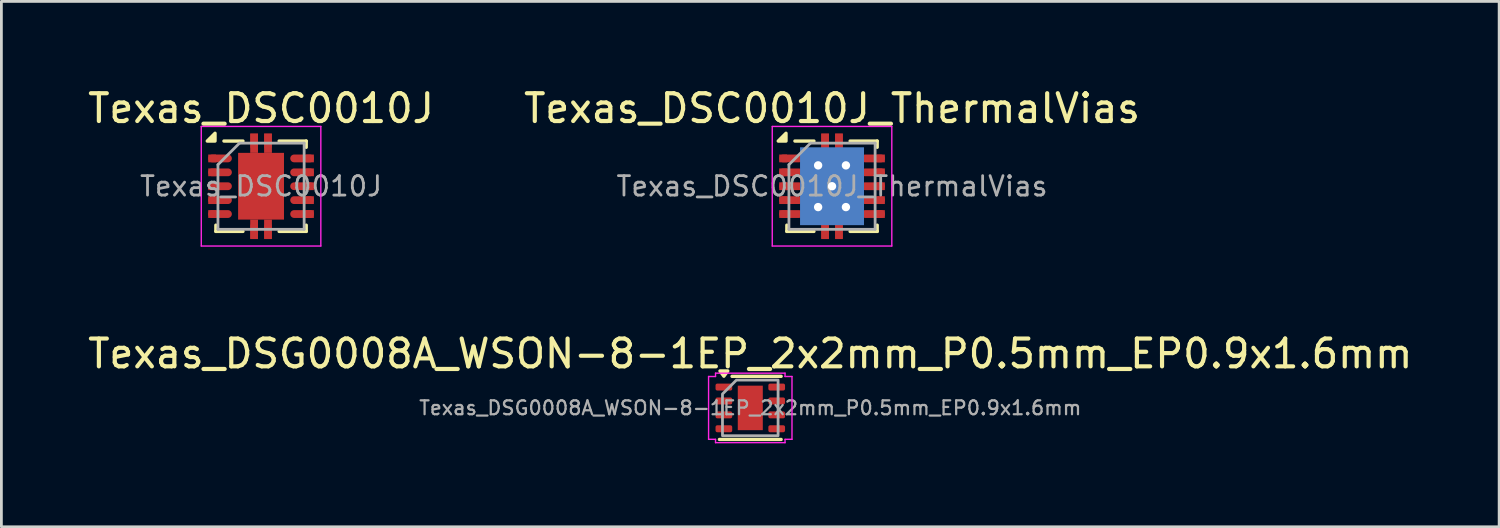
<source format=kicad_pcb>
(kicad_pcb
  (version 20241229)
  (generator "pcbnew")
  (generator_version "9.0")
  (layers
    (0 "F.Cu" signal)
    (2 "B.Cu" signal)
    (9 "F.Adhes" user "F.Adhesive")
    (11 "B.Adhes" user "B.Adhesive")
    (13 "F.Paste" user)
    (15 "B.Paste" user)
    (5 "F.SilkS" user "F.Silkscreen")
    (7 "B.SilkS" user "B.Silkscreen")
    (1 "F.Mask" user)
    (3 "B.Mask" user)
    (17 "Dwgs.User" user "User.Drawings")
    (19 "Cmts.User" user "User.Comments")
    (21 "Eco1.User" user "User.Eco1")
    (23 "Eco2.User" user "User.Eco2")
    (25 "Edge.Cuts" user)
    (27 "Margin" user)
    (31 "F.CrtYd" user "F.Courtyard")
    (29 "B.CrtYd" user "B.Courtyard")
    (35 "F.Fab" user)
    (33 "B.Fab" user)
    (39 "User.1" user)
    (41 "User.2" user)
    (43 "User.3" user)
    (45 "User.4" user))
  (footprint "Texas_DSC0010J"
    (layer "F.Cu")
    (at 6.339 3.648)
    (property "Reference" "Texas_DSC0010J" (at 0 -2.8 0) (layer "F.SilkS") (effects (font (size 1 1) (thickness 0.15))))
    (attr smd)
    (fp_line (start -1.625 1.625) (end -1.625 1.4) (stroke (width 0.12) (type solid)) (layer "F.SilkS"))
    (fp_line (start -1.625 1.625) (end -0.65 1.625) (stroke (width 0.12) (type solid)) (layer "F.SilkS"))
    (fp_line (start -1.335 -1.625) (end -0.65 -1.625) (stroke (width 0.12) (type solid)) (layer "F.SilkS"))
    (fp_line (start 0.65 -1.625) (end 1.625 -1.625) (stroke (width 0.12) (type solid)) (layer "F.SilkS"))
    (fp_line (start 0.65 1.625) (end 1.625 1.625) (stroke (width 0.12) (type solid)) (layer "F.SilkS"))
    (fp_line (start 1.625 -1.4) (end 1.625 -1.625) (stroke (width 0.12) (type solid)) (layer "F.SilkS"))
    (fp_line (start 1.625 1.4) (end 1.625 1.625) (stroke (width 0.12) (type solid)) (layer "F.SilkS"))
    (fp_poly (pts (xy -1.655 -1.625) (xy -1.935 -1.625) (xy -1.655 -1.905) (xy -1.655 -1.625)) (stroke (width 0.12) (type solid)) (fill yes) (layer "F.SilkS"))
    (fp_line (start -2.15 -2.15) (end -2.15 2.15) (stroke (width 0.05) (type solid)) (layer "F.CrtYd"))
    (fp_line (start -2.15 -2.15) (end 2.15 -2.15) (stroke (width 0.05) (type solid)) (layer "F.CrtYd"))
    (fp_line (start -2.15 2.15) (end 2.15 2.15) (stroke (width 0.05) (type solid)) (layer "F.CrtYd"))
    (fp_line (start 2.15 -2.15) (end 2.15 2.15) (stroke (width 0.05) (type solid)) (layer "F.CrtYd"))
    (fp_line (start -1.55 1.55) (end -1.55 -0.775) (stroke (width 0.1) (type solid)) (layer "F.Fab"))
    (fp_line (start -0.775 -1.55) (end -1.55 -0.775) (stroke (width 0.1) (type solid)) (layer "F.Fab"))
    (fp_line (start -0.775 -1.55) (end 1.55 -1.55) (stroke (width 0.1) (type solid)) (layer "F.Fab"))
    (fp_line (start 1.55 -1.55) (end 1.55 1.55) (stroke (width 0.1) (type solid)) (layer "F.Fab"))
    (fp_line (start 1.55 1.55) (end -1.55 1.55) (stroke (width 0.1) (type solid)) (layer "F.Fab"))
    (fp_text user "${REFERENCE}" (at 0 0 0) (layer "F.Fab") (effects (font (size 0.7 0.7) (thickness 0.1))))
    (pad "1" smd rect (at -1.76 -1) (size 0.28 0.28) (layers "F.Cu" "F.Mask" "F.Paste"))
    (pad "1" smd oval (at -1.475 -1) (size 0.85 0.28) (layers "F.Cu" "F.Mask" "F.Paste"))
    (pad "2" smd rect (at -1.76 -0.5) (size 0.28 0.28) (layers "F.Cu" "F.Mask" "F.Paste"))
    (pad "2" smd oval (at -1.475 -0.5) (size 0.85 0.28) (layers "F.Cu" "F.Mask" "F.Paste"))
    (pad "3" smd rect (at -1.76 0) (size 0.28 0.28) (layers "F.Cu" "F.Mask" "F.Paste"))
    (pad "3" smd oval (at -1.475 0) (size 0.85 0.28) (layers "F.Cu" "F.Mask" "F.Paste"))
    (pad "4" smd rect (at -1.76 0.5) (size 0.28 0.28) (layers "F.Cu" "F.Mask" "F.Paste"))
    (pad "4" smd oval (at -1.475 0.5) (size 0.85 0.28) (layers "F.Cu" "F.Mask" "F.Paste"))
    (pad "5" smd rect (at -1.76 1) (size 0.28 0.28) (layers "F.Cu" "F.Mask" "F.Paste"))
    (pad "5" smd oval (at -1.475 1) (size 0.85 0.28) (layers "F.Cu" "F.Mask" "F.Paste"))
    (pad "6" smd oval (at 1.475 1) (size 0.85 0.28) (layers "F.Cu" "F.Mask" "F.Paste"))
    (pad "6" smd rect (at 1.76 1) (size 0.28 0.28) (layers "F.Cu" "F.Mask" "F.Paste"))
    (pad "7" smd oval (at 1.475 0.5) (size 0.85 0.28) (layers "F.Cu" "F.Mask" "F.Paste"))
    (pad "7" smd rect (at 1.76 0.5) (size 0.28 0.28) (layers "F.Cu" "F.Mask" "F.Paste"))
    (pad "8" smd oval (at 1.475 0) (size 0.85 0.28) (layers "F.Cu" "F.Mask" "F.Paste"))
    (pad "8" smd rect (at 1.76 0) (size 0.28 0.28) (layers "F.Cu" "F.Mask" "F.Paste"))
    (pad "9" smd oval (at 1.475 -0.5) (size 0.85 0.28) (layers "F.Cu" "F.Mask" "F.Paste"))
    (pad "9" smd rect (at 1.76 -0.5) (size 0.28 0.28) (layers "F.Cu" "F.Mask" "F.Paste"))
    (pad "10" smd oval (at 1.475 -1) (size 0.85 0.28) (layers "F.Cu" "F.Mask" "F.Paste"))
    (pad "10" smd rect (at 1.76 -1) (size 0.28 0.28) (layers "F.Cu" "F.Mask" "F.Paste"))
    (pad "11" smd rect (at -0.45 -0.635) (size 0.68 1.05) (layers "F.Cu" "F.Mask" "F.Paste"))
    (pad "11" smd rect (at -0.45 0.635) (size 0.68 1.05) (layers "F.Cu" "F.Mask" "F.Paste"))
    (pad "11" smd rect (at -0.25 -1.63) (size 0.26 0.5) (layers "F.Cu" "F.Mask" "F.Paste"))
    (pad "11" smd rect (at -0.25 -1.55) (size 0.28 0.7) (layers "F.Cu" "F.Mask"))
    (pad "11" smd rect (at -0.25 1.55) (size 0.28 0.7) (layers "F.Cu" "F.Mask"))
    (pad "11" smd rect (at -0.25 1.63) (size 0.26 0.5) (layers "F.Cu" "F.Mask" "F.Paste"))
    (pad "11" smd rect (at 0 0) (size 1.65 2.4) (layers "F.Cu" "F.Mask"))
    (pad "11" smd rect (at 0.25 -1.63) (size 0.26 0.5) (layers "F.Cu" "F.Mask" "F.Paste"))
    (pad "11" smd rect (at 0.25 -1.55) (size 0.28 0.7) (layers "F.Cu" "F.Mask"))
    (pad "11" smd rect (at 0.25 1.55) (size 0.28 0.7) (layers "F.Cu" "F.Mask"))
    (pad "11" smd rect (at 0.25 1.63) (size 0.26 0.5) (layers "F.Cu" "F.Mask" "F.Paste"))
    (pad "11" smd rect (at 0.45 -0.635) (size 0.68 1.05) (layers "F.Cu" "F.Mask" "F.Paste"))
    (pad "11" smd rect (at 0.45 0.635) (size 0.68 1.05) (layers "F.Cu" "F.Mask" "F.Paste")))
  (footprint "Texas_DSG0008A_WSON-8-1EP_2x2mm_P0.5mm_EP0.9x1.6mm"
    (layer "F.Cu")
    (at 23.935 11.621)
    (property "Reference" "Texas_DSG0008A_WSON-8-1EP_2x2mm_P0.5mm_EP0.9x1.6mm" (at 0 -1.95 0) (layer "F.SilkS") (effects (font (size 1 1) (thickness 0.15))))
    (attr smd)
    (fp_line (start -0.656 -1.135) (end 1.11 -1.135) (stroke (width 0.12) (type solid)) (layer "F.SilkS"))
    (fp_line (start 1.11 1.135) (end -1.11 1.135) (stroke (width 0.12) (type solid)) (layer "F.SilkS"))
    (fp_poly (pts (xy -0.95 -1.14) (xy -1.09 -1.33) (xy -0.81 -1.33)) (stroke (width 0.12) (type solid)) (fill yes) (layer "F.SilkS"))
    (fp_line (start -1.5 -1.13) (end -1.25 -1.13) (stroke (width 0.05) (type solid)) (layer "F.CrtYd"))
    (fp_line (start -1.5 1.13) (end -1.5 -1.13) (stroke (width 0.05) (type solid)) (layer "F.CrtYd"))
    (fp_line (start -1.25 -1.25) (end 1.25 -1.25) (stroke (width 0.05) (type solid)) (layer "F.CrtYd"))
    (fp_line (start -1.25 -1.13) (end -1.25 -1.25) (stroke (width 0.05) (type solid)) (layer "F.CrtYd"))
    (fp_line (start -1.25 1.13) (end -1.5 1.13) (stroke (width 0.05) (type solid)) (layer "F.CrtYd"))
    (fp_line (start -1.25 1.25) (end -1.25 1.13) (stroke (width 0.05) (type solid)) (layer "F.CrtYd"))
    (fp_line (start 1.25 -1.25) (end 1.25 -1.13) (stroke (width 0.05) (type solid)) (layer "F.CrtYd"))
    (fp_line (start 1.25 -1.13) (end 1.5 -1.13) (stroke (width 0.05) (type solid)) (layer "F.CrtYd"))
    (fp_line (start 1.25 1.13) (end 1.25 1.25) (stroke (width 0.05) (type solid)) (layer "F.CrtYd"))
    (fp_line (start 1.25 1.25) (end -1.25 1.25) (stroke (width 0.05) (type solid)) (layer "F.CrtYd"))
    (fp_line (start 1.5 -1.13) (end 1.5 1.13) (stroke (width 0.05) (type solid)) (layer "F.CrtYd"))
    (fp_line (start 1.5 1.13) (end 1.25 1.13) (stroke (width 0.05) (type solid)) (layer "F.CrtYd"))
    (fp_poly (pts (xy -1 -0.5) (xy -1 1) (xy 1 1) (xy 1 -1) (xy -0.5 -1)) (stroke (width 0.1) (type solid)) (fill no) (layer "F.Fab"))
    (fp_text user "${REFERENCE}" (at 0 0 0) (layer "F.Fab") (effects (font (size 0.5 0.5) (thickness 0.08))))
    (pad "" smd roundrect (at 0 -0.4) (size 0.73 0.64) (layers "F.Paste") (roundrect_rratio 0.25))
    (pad "" smd roundrect (at 0 0.4) (size 0.73 0.64) (layers "F.Paste") (roundrect_rratio 0.25))
    (pad "1" smd roundrect (at -0.95 -0.75) (size 0.6 0.25) (layers "F.Cu" "F.Mask" "F.Paste") (roundrect_rratio 0.25))
    (pad "2" smd roundrect (at -0.95 -0.25) (size 0.6 0.25) (layers "F.Cu" "F.Mask" "F.Paste") (roundrect_rratio 0.25))
    (pad "3" smd roundrect (at -0.95 0.25) (size 0.6 0.25) (layers "F.Cu" "F.Mask" "F.Paste") (roundrect_rratio 0.25))
    (pad "4" smd roundrect (at -0.95 0.75) (size 0.6 0.25) (layers "F.Cu" "F.Mask" "F.Paste") (roundrect_rratio 0.25))
    (pad "5" smd roundrect (at 0.95 0.75) (size 0.6 0.25) (layers "F.Cu" "F.Mask" "F.Paste") (roundrect_rratio 0.25))
    (pad "6" smd roundrect (at 0.95 0.25) (size 0.6 0.25) (layers "F.Cu" "F.Mask" "F.Paste") (roundrect_rratio 0.25))
    (pad "7" smd roundrect (at 0.95 -0.25) (size 0.6 0.25) (layers "F.Cu" "F.Mask" "F.Paste") (roundrect_rratio 0.25))
    (pad "8" smd roundrect (at 0.95 -0.75) (size 0.6 0.25) (layers "F.Cu" "F.Mask" "F.Paste") (roundrect_rratio 0.25))
    (pad "9" smd rect (at 0 0) (size 0.9 1.6) (property pad_prop_heatsink) (layers "F.Cu" "F.Mask")))
  (footprint "Texas_DSC0010J_ThermalVias"
    (layer "F.Cu")
    (at 26.875 3.648)
    (property "Reference" "Texas_DSC0010J_ThermalVias" (at 0 -2.8 0) (layer "F.SilkS") (effects (font (size 1 1) (thickness 0.15))))
    (attr smd)
    (fp_line (start -1.625 1.625) (end -1.625 1.4) (stroke (width 0.12) (type solid)) (layer "F.SilkS"))
    (fp_line (start -1.625 1.625) (end -0.65 1.625) (stroke (width 0.12) (type solid)) (layer "F.SilkS"))
    (fp_line (start -1.335 -1.625) (end -0.65 -1.625) (stroke (width 0.12) (type solid)) (layer "F.SilkS"))
    (fp_line (start 0.65 -1.625) (end 1.625 -1.625) (stroke (width 0.12) (type solid)) (layer "F.SilkS"))
    (fp_line (start 0.65 1.625) (end 1.625 1.625) (stroke (width 0.12) (type solid)) (layer "F.SilkS"))
    (fp_line (start 1.625 -1.4) (end 1.625 -1.625) (stroke (width 0.12) (type solid)) (layer "F.SilkS"))
    (fp_line (start 1.625 1.4) (end 1.625 1.625) (stroke (width 0.12) (type solid)) (layer "F.SilkS"))
    (fp_poly (pts (xy -1.655 -1.625) (xy -1.935 -1.625) (xy -1.655 -1.905) (xy -1.655 -1.625)) (stroke (width 0.12) (type solid)) (fill yes) (layer "F.SilkS"))
    (fp_line (start -2.15 -2.15) (end -2.15 2.15) (stroke (width 0.05) (type solid)) (layer "F.CrtYd"))
    (fp_line (start -2.15 -2.15) (end 2.15 -2.15) (stroke (width 0.05) (type solid)) (layer "F.CrtYd"))
    (fp_line (start -2.15 2.15) (end 2.15 2.15) (stroke (width 0.05) (type solid)) (layer "F.CrtYd"))
    (fp_line (start 2.15 -2.15) (end 2.15 2.15) (stroke (width 0.05) (type solid)) (layer "F.CrtYd"))
    (fp_line (start -1.55 1.55) (end -1.55 -0.775) (stroke (width 0.1) (type solid)) (layer "F.Fab"))
    (fp_line (start -0.775 -1.55) (end -1.55 -0.775) (stroke (width 0.1) (type solid)) (layer "F.Fab"))
    (fp_line (start -0.775 -1.55) (end 1.55 -1.55) (stroke (width 0.1) (type solid)) (layer "F.Fab"))
    (fp_line (start 1.55 -1.55) (end 1.55 1.55) (stroke (width 0.1) (type solid)) (layer "F.Fab"))
    (fp_line (start 1.55 1.55) (end -1.55 1.55) (stroke (width 0.1) (type solid)) (layer "F.Fab"))
    (fp_text user "${REFERENCE}" (at 0 0 0) (layer "F.Fab") (effects (font (size 0.7 0.7) (thickness 0.1))))
    (pad "1" smd rect (at -1.76 -1) (size 0.28 0.28) (layers "F.Cu" "F.Mask" "F.Paste"))
    (pad "1" smd oval (at -1.475 -1) (size 0.85 0.28) (layers "F.Cu" "F.Mask" "F.Paste"))
    (pad "2" smd rect (at -1.76 -0.5) (size 0.28 0.28) (layers "F.Cu" "F.Mask" "F.Paste"))
    (pad "2" smd oval (at -1.475 -0.5) (size 0.85 0.28) (layers "F.Cu" "F.Mask" "F.Paste"))
    (pad "3" smd rect (at -1.76 0) (size 0.28 0.28) (layers "F.Cu" "F.Mask" "F.Paste"))
    (pad "3" smd oval (at -1.475 0) (size 0.85 0.28) (layers "F.Cu" "F.Mask" "F.Paste"))
    (pad "4" smd rect (at -1.76 0.5) (size 0.28 0.28) (layers "F.Cu" "F.Mask" "F.Paste"))
    (pad "4" smd oval (at -1.475 0.5) (size 0.85 0.28) (layers "F.Cu" "F.Mask" "F.Paste"))
    (pad "5" smd rect (at -1.76 1) (size 0.28 0.28) (layers "F.Cu" "F.Mask" "F.Paste"))
    (pad "5" smd oval (at -1.475 1) (size 0.85 0.28) (layers "F.Cu" "F.Mask" "F.Paste"))
    (pad "6" smd oval (at 1.475 1) (size 0.85 0.28) (layers "F.Cu" "F.Mask" "F.Paste"))
    (pad "6" smd rect (at 1.76 1) (size 0.28 0.28) (layers "F.Cu" "F.Mask" "F.Paste"))
    (pad "7" smd oval (at 1.475 0.5) (size 0.85 0.28) (layers "F.Cu" "F.Mask" "F.Paste"))
    (pad "7" smd rect (at 1.76 0.5) (size 0.28 0.28) (layers "F.Cu" "F.Mask" "F.Paste"))
    (pad "8" smd oval (at 1.475 0) (size 0.85 0.28) (layers "F.Cu" "F.Mask" "F.Paste"))
    (pad "8" smd rect (at 1.76 0) (size 0.28 0.28) (layers "F.Cu" "F.Mask" "F.Paste"))
    (pad "9" smd oval (at 1.475 -0.5) (size 0.85 0.28) (layers "F.Cu" "F.Mask" "F.Paste"))
    (pad "9" smd rect (at 1.76 -0.5) (size 0.28 0.28) (layers "F.Cu" "F.Mask" "F.Paste"))
    (pad "10" smd oval (at 1.475 -1) (size 0.85 0.28) (layers "F.Cu" "F.Mask" "F.Paste"))
    (pad "10" smd rect (at 1.76 -1) (size 0.28 0.28) (layers "F.Cu" "F.Mask" "F.Paste"))
    (pad "11" thru_hole circle (at -0.5 -0.75) (size 0.6 0.6) (drill 0.3) (layers "*.Cu" "*.Mask"))
    (pad "11" thru_hole circle (at -0.5 0.75) (size 0.6 0.6) (drill 0.3) (layers "*.Cu" "*.Mask"))
    (pad "11" smd rect (at -0.45 -0.635) (size 0.68 1.05) (layers "F.Cu" "F.Mask" "F.Paste"))
    (pad "11" smd rect (at -0.45 0.635) (size 0.68 1.05) (layers "F.Cu" "F.Mask" "F.Paste"))
    (pad "11" smd rect (at -0.25 -1.63) (size 0.26 0.5) (layers "F.Cu" "F.Mask" "F.Paste"))
    (pad "11" smd rect (at -0.25 -1.55) (size 0.28 0.7) (layers "F.Cu" "F.Mask"))
    (pad "11" smd rect (at -0.25 1.55) (size 0.28 0.7) (layers "F.Cu" "F.Mask"))
    (pad "11" smd rect (at -0.25 1.63) (size 0.26 0.5) (layers "F.Cu" "F.Mask" "F.Paste"))
    (pad "11" thru_hole circle (at 0 0) (size 0.6 0.6) (drill 0.3) (layers "*.Cu" "*.Mask"))
    (pad "11" smd rect (at 0 0) (size 1.65 2.4) (layers "F.Cu" "F.Mask"))
    (pad "11" smd rect (at 0 0) (size 2.3 2.8) (layers "B.Cu"))
    (pad "11" smd rect (at 0.25 -1.63) (size 0.26 0.5) (layers "F.Cu" "F.Mask" "F.Paste"))
    (pad "11" smd rect (at 0.25 -1.55) (size 0.28 0.7) (layers "F.Cu" "F.Mask"))
    (pad "11" smd rect (at 0.25 1.55) (size 0.28 0.7) (layers "F.Cu" "F.Mask"))
    (pad "11" smd rect (at 0.25 1.63) (size 0.26 0.5) (layers "F.Cu" "F.Mask" "F.Paste"))
    (pad "11" smd rect (at 0.45 -0.635) (size 0.68 1.05) (layers "F.Cu" "F.Mask" "F.Paste"))
    (pad "11" smd rect (at 0.45 0.635) (size 0.68 1.05) (layers "F.Cu" "F.Mask" "F.Paste"))
    (pad "11" thru_hole circle (at 0.5 -0.75) (size 0.6 0.6) (drill 0.3) (layers "*.Cu" "*.Mask"))
    (pad "11" thru_hole circle (at 0.5 0.75) (size 0.6 0.6) (drill 0.3) (layers "*.Cu" "*.Mask")))
  (gr_rect
    (start -3 -3)
    (end 50.869 15.896)
    (stroke (width 0.1) (type default))
    (fill no)
    (layer "Edge.Cuts")))
</source>
